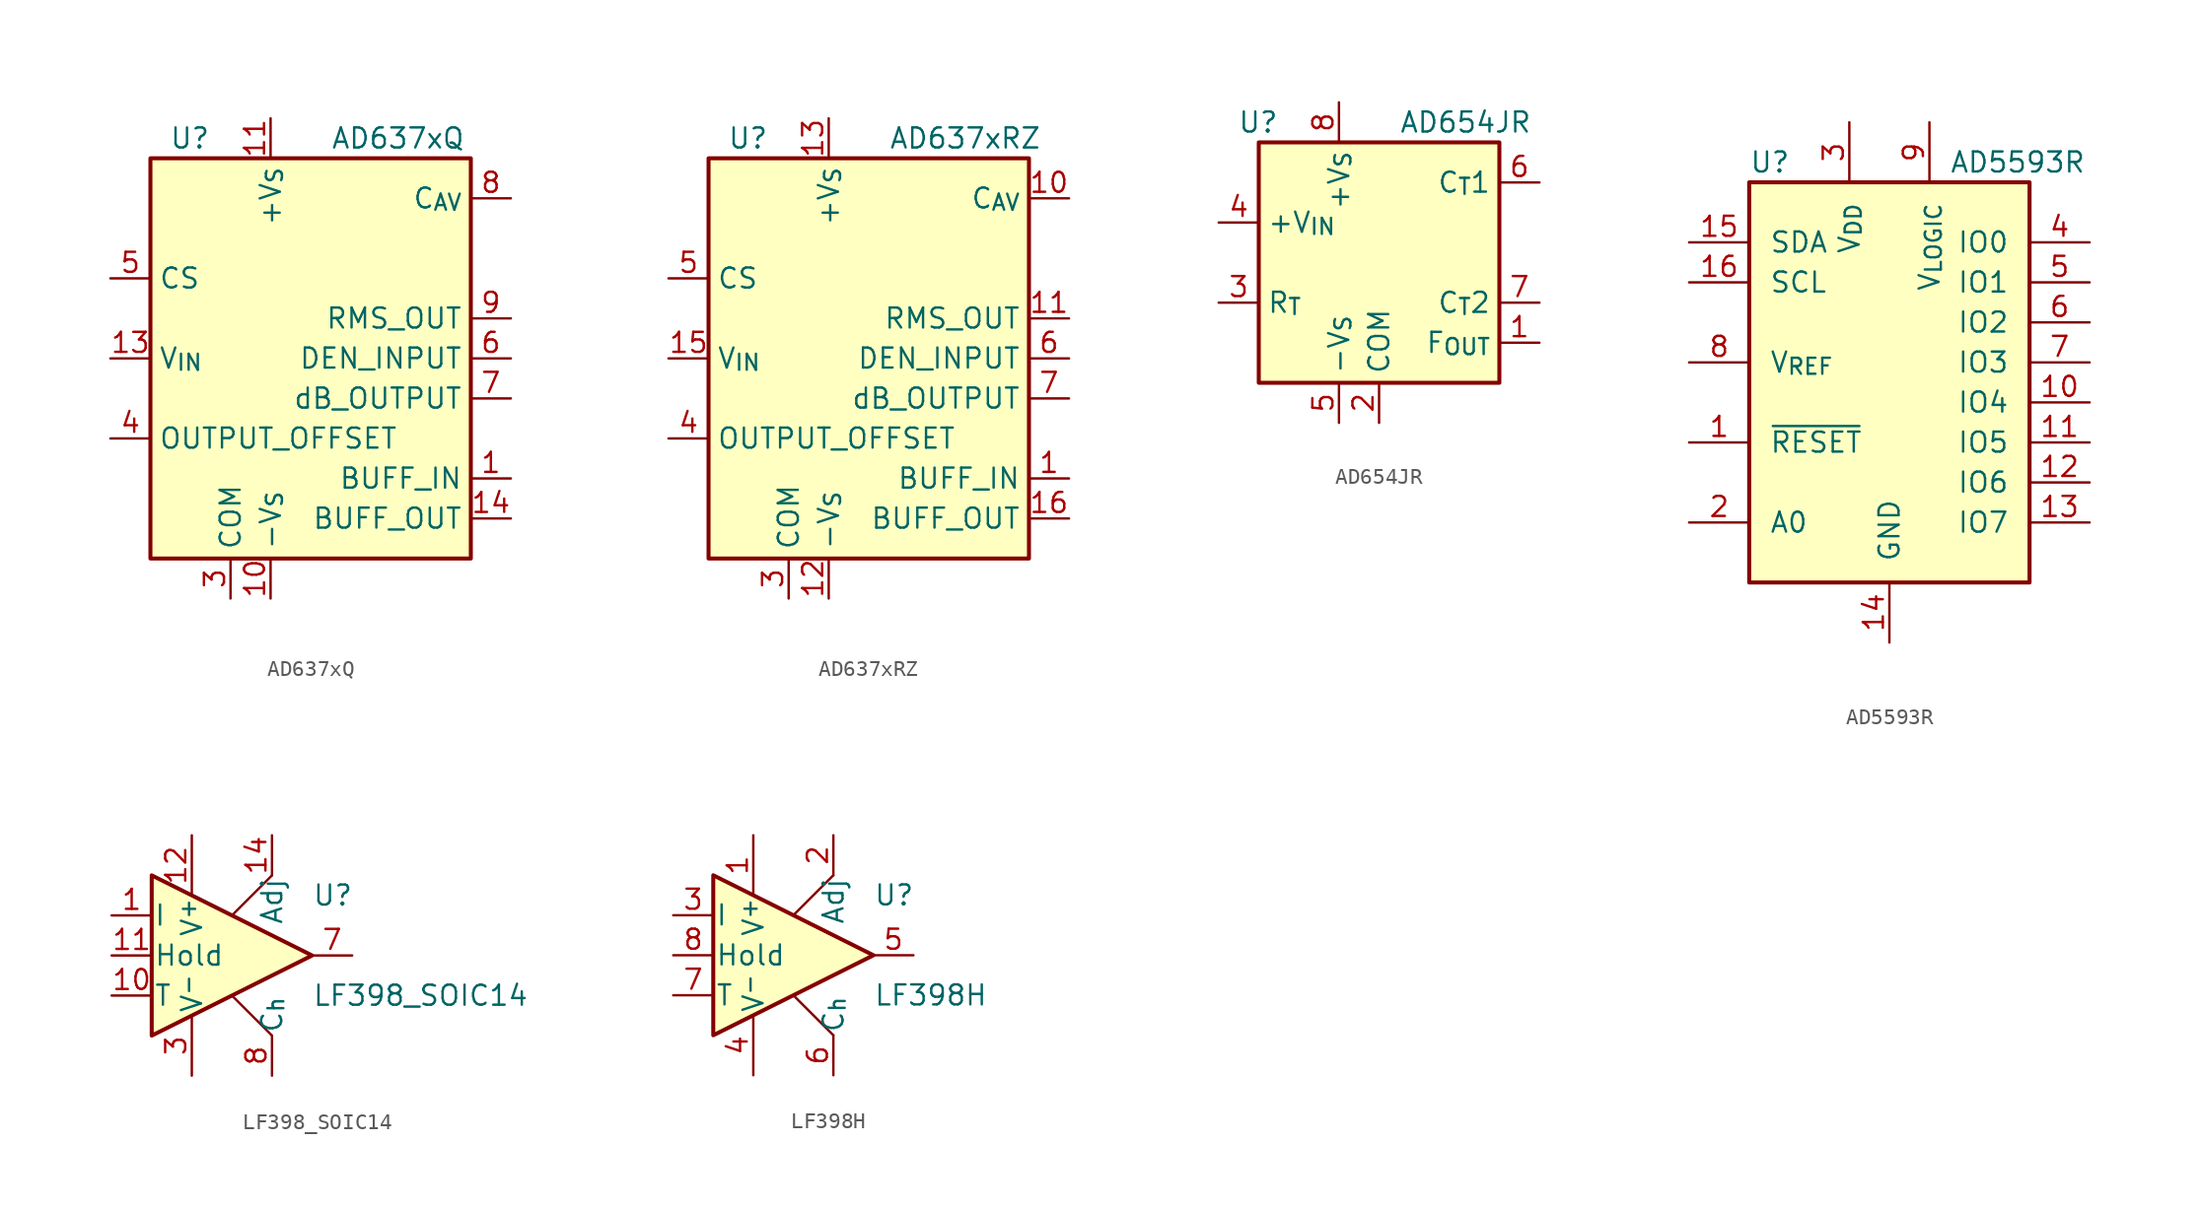
<source format=kicad_sym>
(kicad_symbol_lib
  (version 20241209)
  (generator "kicad_symbol_editor")
  (generator_version "9.0")
  (symbol "AD637xQ"
    (property "Reference" "U"
      (at -6.35 13.97 0)
      (effects (font (size 1.27 1.27)) (justify right)))
    (property "Value" "AD637xQ"
      (at 1.27 13.97 0)
      (effects (font (size 1.27 1.27)) (justify left)))
    (symbol "AD637xQ_0_1"
      (rectangle (start -10.16 12.7) (end 10.16 -12.7) (stroke (width 0.254) (type default)) (fill (type background))))
    (symbol "AD637xQ_1_1"
      (pin input line (at -12.7 5.08 0) (length 2.54) (name "CS" (effects (font (size 1.27 1.27)))) (number "5" (effects (font (size 1.27 1.27)))))
      (pin input line (at -12.7 0 0) (length 2.54) (name "V_{IN}" (effects (font (size 1.27 1.27)))) (number "13" (effects (font (size 1.27 1.27)))))
      (pin input line (at -12.7 -5.08 0) (length 2.54) (name "OUTPUT_OFFSET" (effects (font (size 1.27 1.27)))) (number "4" (effects (font (size 1.27 1.27)))))
      (pin no_connect line (at -10.16 7.62 0) (length 2.54) (hide yes) (name "NIC" (effects (font (size 1.27 1.27)))) (number "2" (effects (font (size 1.27 1.27)))))
      (pin no_connect line (at -10.16 -7.62 0) (length 2.54) (hide yes) (name "NIC" (effects (font (size 1.27 1.27)))) (number "12" (effects (font (size 1.27 1.27)))))
      (pin power_in line (at -5.08 -15.24 90) (length 2.54) (name "COM" (effects (font (size 1.27 1.27)))) (number "3" (effects (font (size 1.27 1.27)))))
      (pin power_in line (at -2.54 15.24 270) (length 2.54) (name "+V_{S}" (effects (font (size 1.27 1.27)))) (number "11" (effects (font (size 1.27 1.27)))))
      (pin power_in line (at -2.54 -15.24 90) (length 2.54) (name "-V_{S}" (effects (font (size 1.27 1.27)))) (number "10" (effects (font (size 1.27 1.27)))))
      (pin passive line (at 12.7 10.16 180) (length 2.54) (name "C_{AV}" (effects (font (size 1.27 1.27)))) (number "8" (effects (font (size 1.27 1.27)))))
      (pin output line (at 12.7 2.54 180) (length 2.54) (name "RMS_OUT" (effects (font (size 1.27 1.27)))) (number "9" (effects (font (size 1.27 1.27)))))
      (pin input line (at 12.7 0 180) (length 2.54) (name "DEN_INPUT" (effects (font (size 1.27 1.27)))) (number "6" (effects (font (size 1.27 1.27)))))
      (pin passive line (at 12.7 -2.54 180) (length 2.54) (name "dB_OUTPUT" (effects (font (size 1.27 1.27)))) (number "7" (effects (font (size 1.27 1.27)))))
      (pin input line (at 12.7 -7.62 180) (length 2.54) (name "BUFF_IN" (effects (font (size 1.27 1.27)))) (number "1" (effects (font (size 1.27 1.27)))))
      (pin output line (at 12.7 -10.16 180) (length 2.54) (name "BUFF_OUT" (effects (font (size 1.27 1.27)))) (number "14" (effects (font (size 1.27 1.27)))))))
  (symbol "AD637xRZ"
    (property "Reference" "U"
      (at -6.35 13.97 0)
      (effects (font (size 1.27 1.27)) (justify right)))
    (property "Value" "AD637xRZ"
      (at 1.27 13.97 0)
      (effects (font (size 1.27 1.27)) (justify left)))
    (symbol "AD637xRZ_0_1"
      (rectangle (start -10.16 12.7) (end 10.16 -12.7) (stroke (width 0.254) (type default)) (fill (type background))))
    (symbol "AD637xRZ_1_1"
      (pin input line (at -12.7 5.08 0) (length 2.54) (name "CS" (effects (font (size 1.27 1.27)))) (number "5" (effects (font (size 1.27 1.27)))))
      (pin input line (at -12.7 0 0) (length 2.54) (name "V_{IN}" (effects (font (size 1.27 1.27)))) (number "15" (effects (font (size 1.27 1.27)))))
      (pin input line (at -12.7 -5.08 0) (length 2.54) (name "OUTPUT_OFFSET" (effects (font (size 1.27 1.27)))) (number "4" (effects (font (size 1.27 1.27)))))
      (pin no_connect line (at -10.16 7.62 0) (length 2.54) (hide yes) (name "NIC" (effects (font (size 1.27 1.27)))) (number "2" (effects (font (size 1.27 1.27)))))
      (pin no_connect line (at -10.16 2.54 0) (length 2.54) (hide yes) (name "NIC" (effects (font (size 1.27 1.27)))) (number "8" (effects (font (size 1.27 1.27)))))
      (pin no_connect line (at -10.16 -2.54 0) (length 2.54) (hide yes) (name "NIC" (effects (font (size 1.27 1.27)))) (number "9" (effects (font (size 1.27 1.27)))))
      (pin no_connect line (at -10.16 -7.62 0) (length 2.54) (hide yes) (name "NIC" (effects (font (size 1.27 1.27)))) (number "14" (effects (font (size 1.27 1.27)))))
      (pin power_in line (at -5.08 -15.24 90) (length 2.54) (name "COM" (effects (font (size 1.27 1.27)))) (number "3" (effects (font (size 1.27 1.27)))))
      (pin power_in line (at -2.54 15.24 270) (length 2.54) (name "+V_{S}" (effects (font (size 1.27 1.27)))) (number "13" (effects (font (size 1.27 1.27)))))
      (pin power_in line (at -2.54 -15.24 90) (length 2.54) (name "-V_{S}" (effects (font (size 1.27 1.27)))) (number "12" (effects (font (size 1.27 1.27)))))
      (pin passive line (at 12.7 10.16 180) (length 2.54) (name "C_{AV}" (effects (font (size 1.27 1.27)))) (number "10" (effects (font (size 1.27 1.27)))))
      (pin output line (at 12.7 2.54 180) (length 2.54) (name "RMS_OUT" (effects (font (size 1.27 1.27)))) (number "11" (effects (font (size 1.27 1.27)))))
      (pin input line (at 12.7 0 180) (length 2.54) (name "DEN_INPUT" (effects (font (size 1.27 1.27)))) (number "6" (effects (font (size 1.27 1.27)))))
      (pin passive line (at 12.7 -2.54 180) (length 2.54) (name "dB_OUTPUT" (effects (font (size 1.27 1.27)))) (number "7" (effects (font (size 1.27 1.27)))))
      (pin input line (at 12.7 -7.62 180) (length 2.54) (name "BUFF_IN" (effects (font (size 1.27 1.27)))) (number "1" (effects (font (size 1.27 1.27)))))
      (pin output line (at 12.7 -10.16 180) (length 2.54) (name "BUFF_OUT" (effects (font (size 1.27 1.27)))) (number "16" (effects (font (size 1.27 1.27)))))))
  (symbol "AD654JR"
    (property "Reference" "U"
      (at -6.35 8.89 0)
      (effects (font (size 1.27 1.27)) (justify right)))
    (property "Value" "AD654JR"
      (at 1.27 8.89 0)
      (effects (font (size 1.27 1.27)) (justify left)))
    (symbol "AD654JR_0_1"
      (rectangle (start -7.62 7.62) (end 7.62 -7.62) (stroke (width 0.254) (type default)) (fill (type background))))
    (symbol "AD654JR_1_1"
      (pin input line (at -10.16 2.54 0) (length 2.54) (name "+V_{IN}" (effects (font (size 1.27 1.27)))) (number "4" (effects (font (size 1.27 1.27)))))
      (pin input line (at -10.16 -2.54 0) (length 2.54) (name "R_{T}" (effects (font (size 1.27 1.27)))) (number "3" (effects (font (size 1.27 1.27)))))
      (pin power_in line (at -2.54 10.16 270) (length 2.54) (name "+V_{S}" (effects (font (size 1.27 1.27)))) (number "8" (effects (font (size 1.27 1.27)))))
      (pin power_in line (at -2.54 -10.16 90) (length 2.54) (name "-V_{S}" (effects (font (size 1.27 1.27)))) (number "5" (effects (font (size 1.27 1.27)))))
      (pin power_in line (at 0 -10.16 90) (length 2.54) (name "COM" (effects (font (size 1.27 1.27)))) (number "2" (effects (font (size 1.27 1.27)))))
      (pin passive line (at 10.16 5.08 180) (length 2.54) (name "C_{T}1" (effects (font (size 1.27 1.27)))) (number "6" (effects (font (size 1.27 1.27)))))
      (pin passive line (at 10.16 -2.54 180) (length 2.54) (name "C_{T}2" (effects (font (size 1.27 1.27)))) (number "7" (effects (font (size 1.27 1.27)))))
      (pin open_collector line (at 10.16 -5.08 180) (length 2.54) (name "F_{OUT}" (effects (font (size 1.27 1.27)))) (number "1" (effects (font (size 1.27 1.27)))))))
  (symbol "AD5593R"
    (pin_names
      (offset 1.27))
    (property "Reference" "U"
      (at -8.89 15.24 0)
      (effects (font (size 1.27 1.27)) (justify left)))
    (property "Value" "AD5593R"
      (at 3.81 15.24 0)
      (effects (font (size 1.27 1.27)) (justify left)))
    (symbol "AD5593R_0_1"
      (rectangle (start -8.89 13.97) (end 8.89 -11.43) (stroke (width 0.254) (type default)) (fill (type background))))
    (symbol "AD5593R_1_1"
      (pin bidirectional line (at -12.7 10.16 0) (length 3.81) (name "SDA" (effects (font (size 1.27 1.27)))) (number "15" (effects (font (size 1.27 1.27)))))
      (pin input line (at -12.7 7.62 0) (length 3.81) (name "SCL" (effects (font (size 1.27 1.27)))) (number "16" (effects (font (size 1.27 1.27)))))
      (pin passive line (at -12.7 2.54 0) (length 3.81) (name "V_{REF}" (effects (font (size 1.27 1.27)))) (number "8" (effects (font (size 1.27 1.27)))))
      (pin input line (at -12.7 -2.54 0) (length 3.81) (name "~{RESET}" (effects (font (size 1.27 1.27)))) (number "1" (effects (font (size 1.27 1.27)))))
      (pin input line (at -12.7 -7.62 0) (length 3.81) (name "A0" (effects (font (size 1.27 1.27)))) (number "2" (effects (font (size 1.27 1.27)))))
      (pin power_in line (at -2.54 17.78 270) (length 3.81) (name "V_{DD}" (effects (font (size 1.27 1.27)))) (number "3" (effects (font (size 1.27 1.27)))))
      (pin power_in line (at 0 -15.24 90) (length 3.81) (name "GND" (effects (font (size 1.27 1.27)))) (number "14" (effects (font (size 1.27 1.27)))))
      (pin power_in line (at 2.54 17.78 270) (length 3.81) (name "V_{LOGIC}" (effects (font (size 1.27 1.27)))) (number "9" (effects (font (size 1.27 1.27)))))
      (pin bidirectional line (at 12.7 10.16 180) (length 3.81) (name "IO0" (effects (font (size 1.27 1.27)))) (number "4" (effects (font (size 1.27 1.27)))))
      (pin bidirectional line (at 12.7 7.62 180) (length 3.81) (name "IO1" (effects (font (size 1.27 1.27)))) (number "5" (effects (font (size 1.27 1.27)))))
      (pin bidirectional line (at 12.7 5.08 180) (length 3.81) (name "IO2" (effects (font (size 1.27 1.27)))) (number "6" (effects (font (size 1.27 1.27)))))
      (pin bidirectional line (at 12.7 2.54 180) (length 3.81) (name "IO3" (effects (font (size 1.27 1.27)))) (number "7" (effects (font (size 1.27 1.27)))))
      (pin bidirectional line (at 12.7 0 180) (length 3.81) (name "IO4" (effects (font (size 1.27 1.27)))) (number "10" (effects (font (size 1.27 1.27)))))
      (pin bidirectional line (at 12.7 -2.54 180) (length 3.81) (name "IO5" (effects (font (size 1.27 1.27)))) (number "11" (effects (font (size 1.27 1.27)))))
      (pin bidirectional line (at 12.7 -5.08 180) (length 3.81) (name "IO6" (effects (font (size 1.27 1.27)))) (number "12" (effects (font (size 1.27 1.27)))))
      (pin bidirectional line (at 12.7 -7.62 180) (length 3.81) (name "IO7" (effects (font (size 1.27 1.27)))) (number "13" (effects (font (size 1.27 1.27)))))))
  (symbol "LF398_SOIC14"
    (pin_names
      (offset 0.127))
    (property "Reference" "U"
      (at 5.08 3.81 0)
      (effects (font (size 1.27 1.27)) (justify left)))
    (property "Value" "LF398_SOIC14"
      (at 5.08 -2.54 0)
      (effects (font (size 1.27 1.27)) (justify left)))
    (symbol "LF398_SOIC14_0_1"
      (polyline (pts (xy -5.08 5.08) (xy 5.08 0) (xy -5.08 -5.08) (xy -5.08 5.08)) (stroke (width 0.254) (type default)) (fill (type background)))
      (polyline (pts (xy 0 -2.54) (xy 2.54 -5.08)) (stroke (width 0) (type default)) (fill (type none)))
      (polyline (pts (xy 2.54 5.08) (xy 0 2.54)) (stroke (width 0) (type default)) (fill (type none))))
    (symbol "LF398_SOIC14_1_1"
      (pin input line (at -7.62 2.54 0) (length 2.54) (name "I" (effects (font (size 1.27 1.27)))) (number "1" (effects (font (size 1.27 1.27)))))
      (pin input line (at -7.62 0 0) (length 2.54) (name "Hold" (effects (font (size 1.27 1.27)))) (number "11" (effects (font (size 1.27 1.27)))))
      (pin passive line (at -7.62 -2.54 0) (length 2.54) (name "T" (effects (font (size 1.27 1.27)))) (number "10" (effects (font (size 1.27 1.27)))))
      (pin no_connect line (at -5.08 2.54 270) (length 2.54) (hide yes) (name "NC" (effects (font (size 1.27 1.27)))) (number "2" (effects (font (size 1.27 1.27)))))
      (pin no_connect line (at -5.08 -2.54 90) (length 2.54) (hide yes) (name "NC" (effects (font (size 1.27 1.27)))) (number "5" (effects (font (size 1.27 1.27)))))
      (pin passive line (at -2.54 7.62 270) (length 3.81) (name "V^{+}" (effects (font (size 1.27 1.27)))) (number "12" (effects (font (size 1.27 1.27)))))
      (pin no_connect line (at -2.54 2.54 270) (length 2.54) (hide yes) (name "NC" (effects (font (size 1.27 1.27)))) (number "4" (effects (font (size 1.27 1.27)))))
      (pin no_connect line (at -2.54 -2.54 90) (length 2.54) (hide yes) (name "NC" (effects (font (size 1.27 1.27)))) (number "6" (effects (font (size 1.27 1.27)))))
      (pin passive line (at -2.54 -7.62 90) (length 3.81) (name "V^{-}" (effects (font (size 1.27 1.27)))) (number "3" (effects (font (size 1.27 1.27)))))
      (pin no_connect line (at 0 2.54 270) (length 2.54) (hide yes) (name "NC" (effects (font (size 1.27 1.27)))) (number "9" (effects (font (size 1.27 1.27)))))
      (pin no_connect line (at 0 -2.54 90) (length 2.54) (hide yes) (name "NC" (effects (font (size 1.27 1.27)))) (number "13" (effects (font (size 1.27 1.27)))))
      (pin passive line (at 2.54 7.62 270) (length 2.54) (name "Adj" (effects (font (size 1.27 1.27)))) (number "14" (effects (font (size 1.27 1.27)))))
      (pin passive line (at 2.54 -7.62 90) (length 2.54) (name "C_{h}" (effects (font (size 1.27 1.27)))) (number "8" (effects (font (size 1.27 1.27)))))
      (pin output line (at 7.62 0 180) (length 2.54) (name "~" (effects (font (size 1.27 1.27)))) (number "7" (effects (font (size 1.27 1.27)))))))
  (symbol "LF398H"
    (pin_names
      (offset 0.127))
    (property "Reference" "U"
      (at 5.08 3.81 0)
      (effects (font (size 1.27 1.27)) (justify left)))
    (property "Value" "LF398H"
      (at 5.08 -2.54 0)
      (effects (font (size 1.27 1.27)) (justify left)))
    (symbol "LF398H_0_1"
      (polyline (pts (xy -5.08 5.08) (xy 5.08 0) (xy -5.08 -5.08) (xy -5.08 5.08)) (stroke (width 0.254) (type default)) (fill (type background)))
      (polyline (pts (xy 0 -2.54) (xy 2.54 -5.08)) (stroke (width 0) (type default)) (fill (type none)))
      (polyline (pts (xy 2.54 5.08) (xy 0 2.54)) (stroke (width 0) (type default)) (fill (type none))))
    (symbol "LF398H_1_1"
      (pin input line (at -7.62 2.54 0) (length 2.54) (name "I" (effects (font (size 1.27 1.27)))) (number "3" (effects (font (size 1.27 1.27)))))
      (pin input line (at -7.62 0 0) (length 2.54) (name "Hold" (effects (font (size 1.27 1.27)))) (number "8" (effects (font (size 1.27 1.27)))))
      (pin passive line (at -7.62 -2.54 0) (length 2.54) (name "T" (effects (font (size 1.27 1.27)))) (number "7" (effects (font (size 1.27 1.27)))))
      (pin passive line (at -2.54 7.62 270) (length 3.81) (name "V^{+}" (effects (font (size 1.27 1.27)))) (number "1" (effects (font (size 1.27 1.27)))))
      (pin passive line (at -2.54 -7.62 90) (length 3.81) (name "V^{-}" (effects (font (size 1.27 1.27)))) (number "4" (effects (font (size 1.27 1.27)))))
      (pin passive line (at 2.54 7.62 270) (length 2.54) (name "Adj" (effects (font (size 1.27 1.27)))) (number "2" (effects (font (size 1.27 1.27)))))
      (pin passive line (at 2.54 -7.62 90) (length 2.54) (name "C_{h}" (effects (font (size 1.27 1.27)))) (number "6" (effects (font (size 1.27 1.27)))))
      (pin output line (at 7.62 0 180) (length 2.54) (name "~" (effects (font (size 1.27 1.27)))) (number "5" (effects (font (size 1.27 1.27))))))))
</source>
